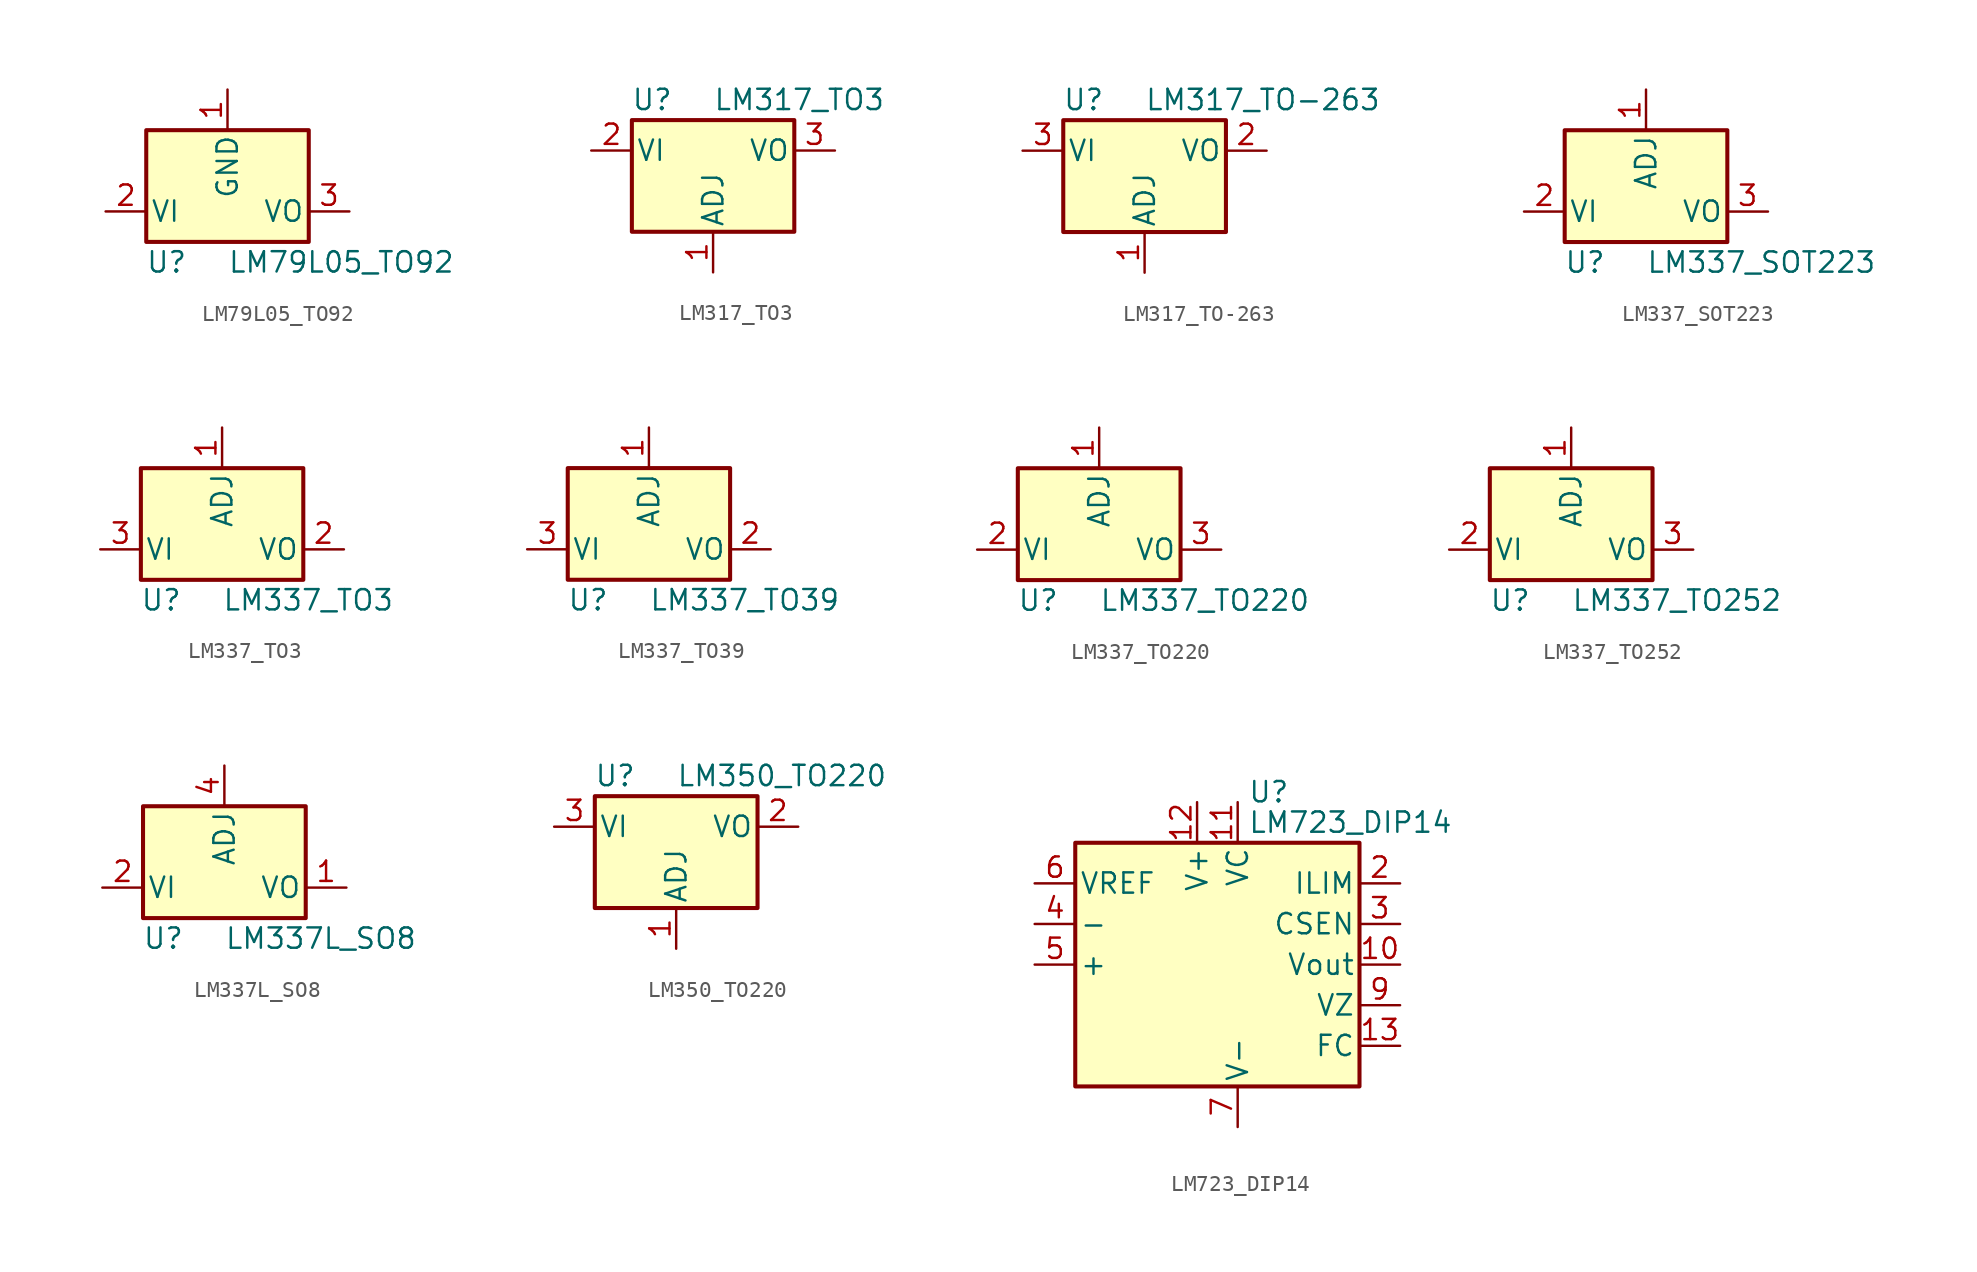
<source format=kicad_sym>
(kicad_symbol_lib
  (version 20241209)
  (generator "kicad_symbol_editor")
  (generator_version "9.0")
  (symbol "LM79L05_TO92"
    (pin_names
      (offset 0.254))
    (property "Reference" "U"
      (at -3.81 -3.175 0)
      (effects (font (size 1.27 1.27))))
    (property "Value" "LM79L05_TO92"
      (at 0 -3.175 0)
      (effects (font (size 1.27 1.27)) (justify left)))
    (symbol "LM79L05_TO92_0_1"
      (rectangle (start -5.08 5.08) (end 5.08 -1.905) (stroke (width 0.254) (type default)) (fill (type background))))
    (symbol "LM79L05_TO92_1_1"
      (pin power_in line (at -7.62 0 0) (length 2.54) (name "VI" (effects (font (size 1.27 1.27)))) (number "2" (effects (font (size 1.27 1.27)))))
      (pin power_in line (at 0 7.62 270) (length 2.54) (name "GND" (effects (font (size 1.27 1.27)))) (number "1" (effects (font (size 1.27 1.27)))))
      (pin power_out line (at 7.62 0 180) (length 2.54) (name "VO" (effects (font (size 1.27 1.27)))) (number "3" (effects (font (size 1.27 1.27)))))))
  (symbol "LM317_TO3"
    (pin_names
      (offset 0.254))
    (property "Reference" "U"
      (at -3.81 3.175 0)
      (effects (font (size 1.27 1.27))))
    (property "Value" "LM317_TO3"
      (at 0 3.175 0)
      (effects (font (size 1.27 1.27)) (justify left)))
    (symbol "LM317_TO3_0_1"
      (rectangle (start -5.08 1.905) (end 5.08 -5.08) (stroke (width 0.254) (type default)) (fill (type background))))
    (symbol "LM317_TO3_1_1"
      (pin power_in line (at -7.62 0 0) (length 2.54) (name "VI" (effects (font (size 1.27 1.27)))) (number "2" (effects (font (size 1.27 1.27)))))
      (pin input line (at 0 -7.62 90) (length 2.54) (name "ADJ" (effects (font (size 1.27 1.27)))) (number "1" (effects (font (size 1.27 1.27)))))
      (pin power_out line (at 7.62 0 180) (length 2.54) (name "VO" (effects (font (size 1.27 1.27)))) (number "3" (effects (font (size 1.27 1.27)))))))
  (symbol "LM317_TO-263"
    (pin_names
      (offset 0.254))
    (property "Reference" "U"
      (at -3.81 3.175 0)
      (effects (font (size 1.27 1.27))))
    (property "Value" "LM317_TO-263"
      (at 0 3.175 0)
      (effects (font (size 1.27 1.27)) (justify left)))
    (symbol "LM317_TO-263_0_1"
      (rectangle (start -5.08 1.905) (end 5.08 -5.08) (stroke (width 0.254) (type default)) (fill (type background))))
    (symbol "LM317_TO-263_1_1"
      (pin power_in line (at -7.62 0 0) (length 2.54) (name "VI" (effects (font (size 1.27 1.27)))) (number "3" (effects (font (size 1.27 1.27)))))
      (pin input line (at 0 -7.62 90) (length 2.54) (name "ADJ" (effects (font (size 1.27 1.27)))) (number "1" (effects (font (size 1.27 1.27)))))
      (pin power_out line (at 7.62 0 180) (length 2.54) (name "VO" (effects (font (size 1.27 1.27)))) (number "2" (effects (font (size 1.27 1.27)))))))
  (symbol "LM337_SOT223"
    (pin_names
      (offset 0.254))
    (property "Reference" "U"
      (at -3.81 -3.175 0)
      (effects (font (size 1.27 1.27))))
    (property "Value" "LM337_SOT223"
      (at 0 -3.175 0)
      (effects (font (size 1.27 1.27)) (justify left)))
    (symbol "LM337_SOT223_0_1"
      (rectangle (start -5.08 5.08) (end 5.08 -1.905) (stroke (width 0.254) (type default)) (fill (type background))))
    (symbol "LM337_SOT223_1_1"
      (pin power_in line (at -7.62 0 0) (length 2.54) (name "VI" (effects (font (size 1.27 1.27)))) (number "2" (effects (font (size 1.27 1.27)))))
      (pin input line (at 0 7.62 270) (length 2.54) (name "ADJ" (effects (font (size 1.27 1.27)))) (number "1" (effects (font (size 1.27 1.27)))))
      (pin power_out line (at 7.62 0 180) (length 2.54) (name "VO" (effects (font (size 1.27 1.27)))) (number "3" (effects (font (size 1.27 1.27)))))))
  (symbol "LM337_TO3"
    (pin_names
      (offset 0.254))
    (property "Reference" "U"
      (at -3.81 -3.175 0)
      (effects (font (size 1.27 1.27))))
    (property "Value" "LM337_TO3"
      (at 0 -3.175 0)
      (effects (font (size 1.27 1.27)) (justify left)))
    (symbol "LM337_TO3_0_1"
      (rectangle (start -5.08 5.08) (end 5.08 -1.905) (stroke (width 0.254) (type default)) (fill (type background))))
    (symbol "LM337_TO3_1_1"
      (pin power_in line (at -7.62 0 0) (length 2.54) (name "VI" (effects (font (size 1.27 1.27)))) (number "3" (effects (font (size 1.27 1.27)))))
      (pin input line (at 0 7.62 270) (length 2.54) (name "ADJ" (effects (font (size 1.27 1.27)))) (number "1" (effects (font (size 1.27 1.27)))))
      (pin power_out line (at 7.62 0 180) (length 2.54) (name "VO" (effects (font (size 1.27 1.27)))) (number "2" (effects (font (size 1.27 1.27)))))))
  (symbol "LM337_TO39"
    (pin_names
      (offset 0.254))
    (property "Reference" "U"
      (at -3.81 -3.175 0)
      (effects (font (size 1.27 1.27))))
    (property "Value" "LM337_TO39"
      (at 0 -3.175 0)
      (effects (font (size 1.27 1.27)) (justify left)))
    (symbol "LM337_TO39_0_1"
      (rectangle (start -5.08 5.08) (end 5.08 -1.905) (stroke (width 0.254) (type default)) (fill (type background))))
    (symbol "LM337_TO39_1_1"
      (pin power_in line (at -7.62 0 0) (length 2.54) (name "VI" (effects (font (size 1.27 1.27)))) (number "3" (effects (font (size 1.27 1.27)))))
      (pin input line (at 0 7.62 270) (length 2.54) (name "ADJ" (effects (font (size 1.27 1.27)))) (number "1" (effects (font (size 1.27 1.27)))))
      (pin power_out line (at 7.62 0 180) (length 2.54) (name "VO" (effects (font (size 1.27 1.27)))) (number "2" (effects (font (size 1.27 1.27)))))))
  (symbol "LM337_TO220"
    (pin_names
      (offset 0.254))
    (property "Reference" "U"
      (at -3.81 -3.175 0)
      (effects (font (size 1.27 1.27))))
    (property "Value" "LM337_TO220"
      (at 0 -3.175 0)
      (effects (font (size 1.27 1.27)) (justify left)))
    (symbol "LM337_TO220_0_1"
      (rectangle (start -5.08 5.08) (end 5.08 -1.905) (stroke (width 0.254) (type default)) (fill (type background))))
    (symbol "LM337_TO220_1_1"
      (pin power_in line (at -7.62 0 0) (length 2.54) (name "VI" (effects (font (size 1.27 1.27)))) (number "2" (effects (font (size 1.27 1.27)))))
      (pin input line (at 0 7.62 270) (length 2.54) (name "ADJ" (effects (font (size 1.27 1.27)))) (number "1" (effects (font (size 1.27 1.27)))))
      (pin power_out line (at 7.62 0 180) (length 2.54) (name "VO" (effects (font (size 1.27 1.27)))) (number "3" (effects (font (size 1.27 1.27)))))))
  (symbol "LM337_TO252"
    (pin_names
      (offset 0.254))
    (property "Reference" "U"
      (at -3.81 -3.175 0)
      (effects (font (size 1.27 1.27))))
    (property "Value" "LM337_TO252"
      (at 0 -3.175 0)
      (effects (font (size 1.27 1.27)) (justify left)))
    (symbol "LM337_TO252_0_1"
      (rectangle (start -5.08 5.08) (end 5.08 -1.905) (stroke (width 0.254) (type default)) (fill (type background))))
    (symbol "LM337_TO252_1_1"
      (pin power_in line (at -7.62 0 0) (length 2.54) (name "VI" (effects (font (size 1.27 1.27)))) (number "2" (effects (font (size 1.27 1.27)))))
      (pin input line (at 0 7.62 270) (length 2.54) (name "ADJ" (effects (font (size 1.27 1.27)))) (number "1" (effects (font (size 1.27 1.27)))))
      (pin power_out line (at 7.62 0 180) (length 2.54) (name "VO" (effects (font (size 1.27 1.27)))) (number "3" (effects (font (size 1.27 1.27)))))))
  (symbol "LM337L_SO8"
    (pin_names
      (offset 0.254))
    (property "Reference" "U"
      (at -3.81 -3.175 0)
      (effects (font (size 1.27 1.27))))
    (property "Value" "LM337L_SO8"
      (at 0 -3.175 0)
      (effects (font (size 1.27 1.27)) (justify left)))
    (symbol "LM337L_SO8_0_1"
      (rectangle (start -5.08 5.08) (end 5.08 -1.905) (stroke (width 0.254) (type default)) (fill (type background))))
    (symbol "LM337L_SO8_1_1"
      (pin power_in line (at -7.62 0 0) (length 2.54) (name "VI" (effects (font (size 1.27 1.27)))) (number "2" (effects (font (size 1.27 1.27)))))
      (pin passive line (at -7.62 0 0) (length 2.54) (hide yes) (name "VI" (effects (font (size 1.27 1.27)))) (number "3" (effects (font (size 1.27 1.27)))))
      (pin passive line (at -7.62 0 0) (length 2.54) (hide yes) (name "VI" (effects (font (size 1.27 1.27)))) (number "6" (effects (font (size 1.27 1.27)))))
      (pin passive line (at -7.62 0 0) (length 2.54) (hide yes) (name "VI" (effects (font (size 1.27 1.27)))) (number "7" (effects (font (size 1.27 1.27)))))
      (pin no_connect line (at -5.08 2.54 0) (length 2.54) (hide yes) (name "NC" (effects (font (size 1.27 1.27)))) (number "5" (effects (font (size 1.27 1.27)))))
      (pin input line (at 0 7.62 270) (length 2.54) (name "ADJ" (effects (font (size 1.27 1.27)))) (number "4" (effects (font (size 1.27 1.27)))))
      (pin no_connect line (at 5.08 2.54 180) (length 2.54) (hide yes) (name "NC" (effects (font (size 1.27 1.27)))) (number "8" (effects (font (size 1.27 1.27)))))
      (pin power_out line (at 7.62 0 180) (length 2.54) (name "VO" (effects (font (size 1.27 1.27)))) (number "1" (effects (font (size 1.27 1.27)))))))
  (symbol "LM350_TO220"
    (pin_names
      (offset 0.254))
    (property "Reference" "U"
      (at -3.81 3.175 0)
      (effects (font (size 1.27 1.27))))
    (property "Value" "LM350_TO220"
      (at 0 3.175 0)
      (effects (font (size 1.27 1.27)) (justify left)))
    (symbol "LM350_TO220_0_1"
      (rectangle (start -5.08 1.905) (end 5.08 -5.08) (stroke (width 0.254) (type default)) (fill (type background))))
    (symbol "LM350_TO220_1_1"
      (pin power_in line (at -7.62 0 0) (length 2.54) (name "VI" (effects (font (size 1.27 1.27)))) (number "3" (effects (font (size 1.27 1.27)))))
      (pin input line (at 0 -7.62 90) (length 2.54) (name "ADJ" (effects (font (size 1.27 1.27)))) (number "1" (effects (font (size 1.27 1.27)))))
      (pin power_out line (at 7.62 0 180) (length 2.54) (name "VO" (effects (font (size 1.27 1.27)))) (number "2" (effects (font (size 1.27 1.27)))))))
  (symbol "LM723_DIP14"
    (pin_names
      (offset 0.254))
    (property "Reference" "U"
      (at 0.635 10.795 0)
      (effects (font (size 1.27 1.27)) (justify left)))
    (property "Value" "LM723_DIP14"
      (at 0.635 8.89 0)
      (effects (font (size 1.27 1.27)) (justify left)))
    (symbol "LM723_DIP14_0_1"
      (rectangle (start -10.16 -7.62) (end 7.62 7.62) (stroke (width 0.254) (type default)) (fill (type background))))
    (symbol "LM723_DIP14_1_1"
      (pin power_out line (at -12.7 5.08 0) (length 2.54) (name "VREF" (effects (font (size 1.27 1.27)))) (number "6" (effects (font (size 1.27 1.27)))))
      (pin input line (at -12.7 2.54 0) (length 2.54) (name "-" (effects (font (size 1.27 1.27)))) (number "4" (effects (font (size 1.27 1.27)))))
      (pin input line (at -12.7 0 0) (length 2.54) (name "+" (effects (font (size 1.27 1.27)))) (number "5" (effects (font (size 1.27 1.27)))))
      (pin no_connect line (at -10.16 -2.54 0) (length 2.54) (hide yes) (name "NC" (effects (font (size 1.27 1.27)))) (number "8" (effects (font (size 1.27 1.27)))))
      (pin no_connect line (at -10.16 -5.08 0) (length 2.54) (hide yes) (name "NC" (effects (font (size 1.27 1.27)))) (number "1" (effects (font (size 1.27 1.27)))))
      (pin power_in line (at -2.54 10.16 270) (length 2.54) (name "V+" (effects (font (size 1.27 1.27)))) (number "12" (effects (font (size 1.27 1.27)))))
      (pin no_connect line (at -2.54 -7.62 90) (length 2.54) (hide yes) (name "NC" (effects (font (size 1.27 1.27)))) (number "14" (effects (font (size 1.27 1.27)))))
      (pin power_in line (at 0 10.16 270) (length 2.54) (name "VC" (effects (font (size 1.27 1.27)))) (number "11" (effects (font (size 1.27 1.27)))))
      (pin power_in line (at 0 -10.16 90) (length 2.54) (name "V-" (effects (font (size 1.27 1.27)))) (number "7" (effects (font (size 1.27 1.27)))))
      (pin input line (at 10.16 5.08 180) (length 2.54) (name "ILIM" (effects (font (size 1.27 1.27)))) (number "2" (effects (font (size 1.27 1.27)))))
      (pin input line (at 10.16 2.54 180) (length 2.54) (name "CSEN" (effects (font (size 1.27 1.27)))) (number "3" (effects (font (size 1.27 1.27)))))
      (pin power_out line (at 10.16 0 180) (length 2.54) (name "Vout" (effects (font (size 1.27 1.27)))) (number "10" (effects (font (size 1.27 1.27)))))
      (pin input line (at 10.16 -2.54 180) (length 2.54) (name "VZ" (effects (font (size 1.27 1.27)))) (number "9" (effects (font (size 1.27 1.27)))))
      (pin input line (at 10.16 -5.08 180) (length 2.54) (name "FC" (effects (font (size 1.27 1.27)))) (number "13" (effects (font (size 1.27 1.27))))))))
</source>
